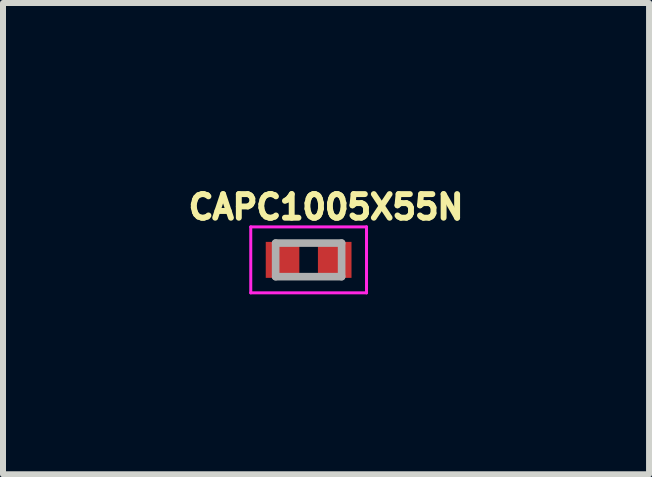
<source format=kicad_pcb>
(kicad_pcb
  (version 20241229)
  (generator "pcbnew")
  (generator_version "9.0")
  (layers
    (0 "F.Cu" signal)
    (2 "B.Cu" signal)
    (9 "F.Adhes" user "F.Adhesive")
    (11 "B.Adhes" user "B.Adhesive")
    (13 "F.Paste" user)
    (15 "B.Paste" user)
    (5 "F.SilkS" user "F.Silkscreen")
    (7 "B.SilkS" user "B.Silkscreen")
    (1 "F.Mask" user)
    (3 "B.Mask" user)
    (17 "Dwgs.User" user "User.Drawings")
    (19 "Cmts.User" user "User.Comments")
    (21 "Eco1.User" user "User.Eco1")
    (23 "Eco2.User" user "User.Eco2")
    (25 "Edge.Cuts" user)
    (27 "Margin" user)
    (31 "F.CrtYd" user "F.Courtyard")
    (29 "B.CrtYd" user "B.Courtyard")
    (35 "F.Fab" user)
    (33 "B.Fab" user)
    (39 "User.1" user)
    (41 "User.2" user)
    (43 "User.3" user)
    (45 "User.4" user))
  (footprint "CAPC1005X55N"
    (layer "F.Cu")
    (at 2.096 1.283)
    (property "Reference" "CAPC1005X55N" (at 0.29 -0.88 0) (layer "F.SilkS") (effects (font (size 0.394 0.394) (thickness 0.15))))
    (attr smd)
    (fp_line (start -0.965 -0.55) (end 0.965 -0.55) (stroke (width 0.05) (type solid)) (layer "F.CrtYd"))
    (fp_line (start -0.965 0.55) (end -0.965 -0.55) (stroke (width 0.05) (type solid)) (layer "F.CrtYd"))
    (fp_line (start -0.965 0.55) (end 0.965 0.55) (stroke (width 0.05) (type solid)) (layer "F.CrtYd"))
    (fp_line (start 0.965 0.55) (end 0.965 -0.55) (stroke (width 0.05) (type solid)) (layer "F.CrtYd"))
    (fp_line (start -0.55 0.28) (end -0.55 -0.28) (stroke (width 0.127) (type solid)) (layer "F.Fab"))
    (fp_line (start 0.55 -0.28) (end -0.55 -0.28) (stroke (width 0.127) (type solid)) (layer "F.Fab"))
    (fp_line (start 0.55 0.28) (end -0.55 0.28) (stroke (width 0.127) (type solid)) (layer "F.Fab"))
    (fp_line (start 0.55 0.28) (end 0.55 -0.28) (stroke (width 0.127) (type solid)) (layer "F.Fab"))
    (pad "1" smd rect (at -0.435 0) (size 0.56 0.6) (layers "F.Cu" "F.Mask" "F.Paste"))
    (pad "2" smd rect (at 0.435 0) (size 0.56 0.6) (layers "F.Cu" "F.Mask" "F.Paste")))
  (gr_rect
    (start -3 -3)
    (end 7.772 4.858)
    (stroke (width 0.1) (type default))
    (fill no)
    (layer "Edge.Cuts")))
</source>
